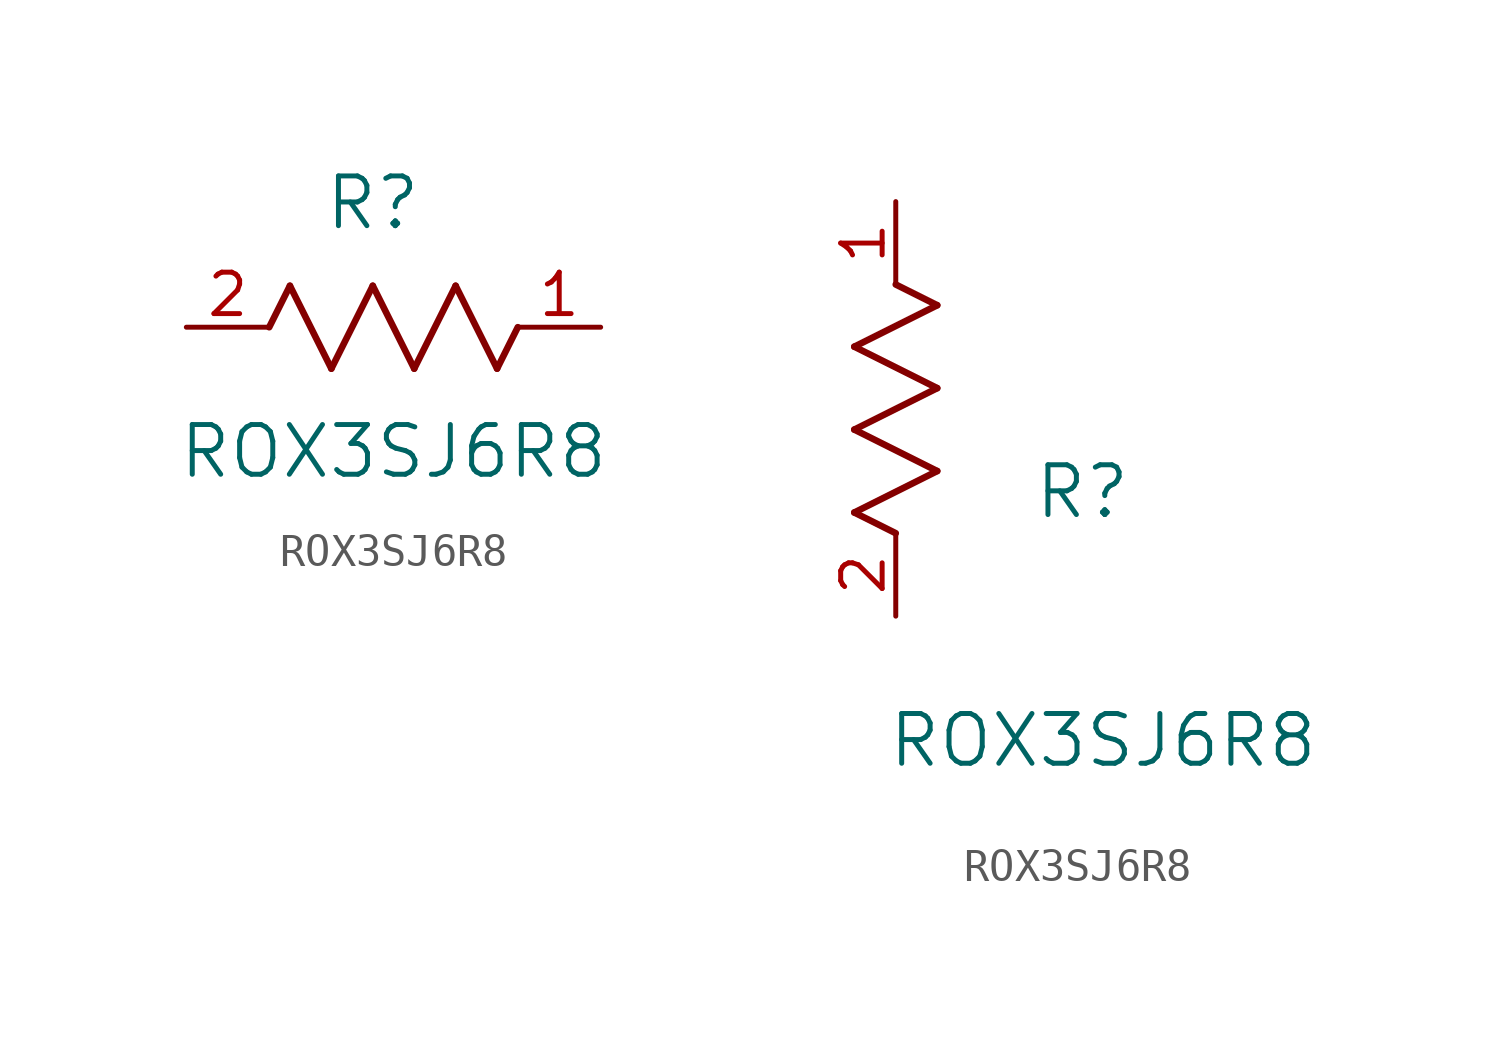
<source format=kicad_sym>
(kicad_symbol_lib
  (version 20211014)
  (generator kicad_symbol_editor)
  (symbol "ROX3SJ6R8"
    (pin_names
      (offset 0.254))
    (property "Reference" "R"
      (at 5.715 3.81 0)
      (effects (font (size 1.524 1.524))))
    (property "Value" "ROX3SJ6R8"
      (at 6.35 -3.81 0)
      (effects (font (size 1.524 1.524))))
    (symbol "ROX3SJ6R8_1_1"
      (polyline (pts (xy 3.175 1.27) (xy 4.445 -1.27)) (stroke (width 0.203) (type default) (color 0 0 0 0)) (fill (type none)))
      (polyline (pts (xy 4.445 -1.27) (xy 5.715 1.27)) (stroke (width 0.203) (type default) (color 0 0 0 0)) (fill (type none)))
      (polyline (pts (xy 5.715 1.27) (xy 6.985 -1.27)) (stroke (width 0.203) (type default) (color 0 0 0 0)) (fill (type none)))
      (polyline (pts (xy 6.985 -1.27) (xy 8.255 1.27)) (stroke (width 0.203) (type default) (color 0 0 0 0)) (fill (type none)))
      (polyline (pts (xy 8.255 1.27) (xy 9.525 -1.27)) (stroke (width 0.203) (type default) (color 0 0 0 0)) (fill (type none)))
      (polyline (pts (xy 2.54 0) (xy 3.175 1.27)) (stroke (width 0.203) (type default) (color 0 0 0 0)) (fill (type none)))
      (polyline (pts (xy 9.525 -1.27) (xy 10.16 0)) (stroke (width 0.203) (type default) (color 0 0 0 0)) (fill (type none)))
      (pin unspecified line (at 0 0 0) (length 2.54) (name "" (effects (font (size 1.27 1.27)))) (number "2" (effects (font (size 1.27 1.27)))))
      (pin unspecified line (at 12.7 0 180) (length 2.54) (name "" (effects (font (size 1.27 1.27)))) (number "1" (effects (font (size 1.27 1.27))))))
    (symbol "ROX3SJ6R8_1_2"
      (polyline (pts (xy 0 2.54) (xy -1.27 3.175)) (stroke (width 0.203) (type default) (color 0 0 0 0)) (fill (type none)))
      (polyline (pts (xy -1.27 3.175) (xy 1.27 4.445)) (stroke (width 0.203) (type default) (color 0 0 0 0)) (fill (type none)))
      (polyline (pts (xy 1.27 4.445) (xy -1.27 5.715)) (stroke (width 0.203) (type default) (color 0 0 0 0)) (fill (type none)))
      (polyline (pts (xy -1.27 5.715) (xy 1.27 6.985)) (stroke (width 0.203) (type default) (color 0 0 0 0)) (fill (type none)))
      (polyline (pts (xy -1.27 8.255) (xy 1.27 9.525)) (stroke (width 0.203) (type default) (color 0 0 0 0)) (fill (type none)))
      (polyline (pts (xy 1.27 9.525) (xy 0 10.16)) (stroke (width 0.203) (type default) (color 0 0 0 0)) (fill (type none)))
      (polyline (pts (xy 1.27 6.985) (xy -1.27 8.255)) (stroke (width 0.203) (type default) (color 0 0 0 0)) (fill (type none)))
      (pin unspecified line (at 0 0 90) (length 2.54) (name "" (effects (font (size 1.27 1.27)))) (number "2" (effects (font (size 1.27 1.27)))))
      (pin unspecified line (at 0 12.7 270) (length 2.54) (name "" (effects (font (size 1.27 1.27)))) (number "1" (effects (font (size 1.27 1.27))))))))
</source>
